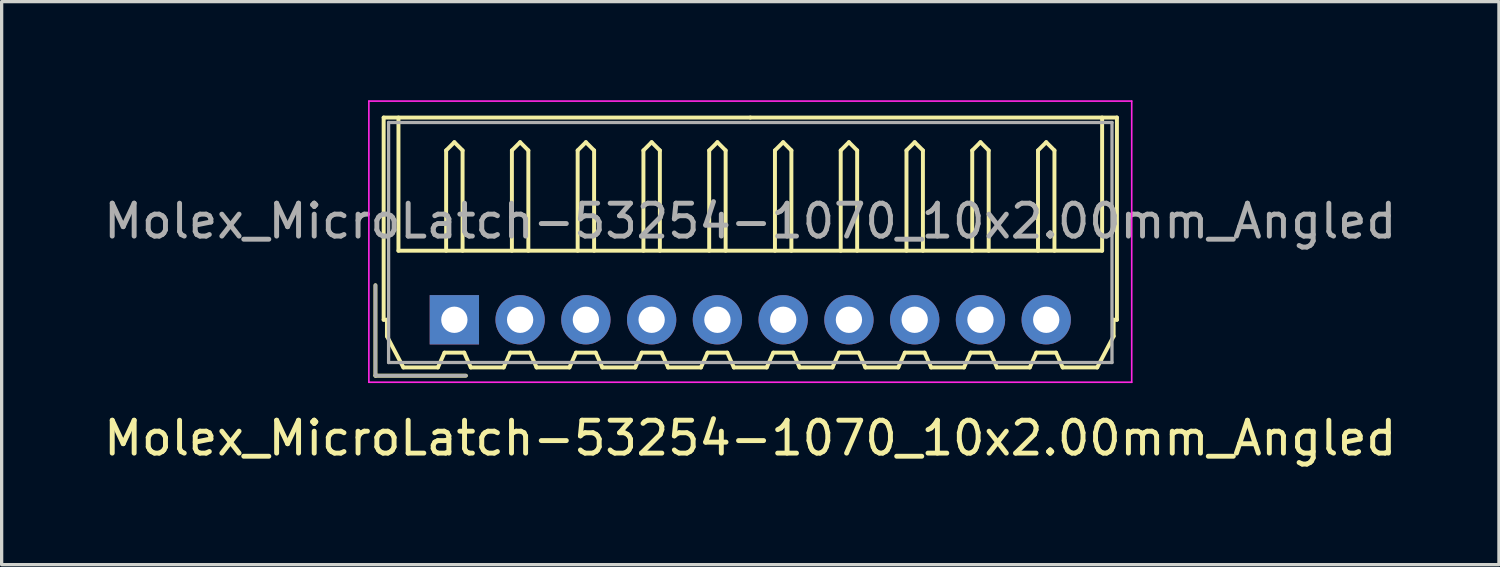
<source format=kicad_pcb>
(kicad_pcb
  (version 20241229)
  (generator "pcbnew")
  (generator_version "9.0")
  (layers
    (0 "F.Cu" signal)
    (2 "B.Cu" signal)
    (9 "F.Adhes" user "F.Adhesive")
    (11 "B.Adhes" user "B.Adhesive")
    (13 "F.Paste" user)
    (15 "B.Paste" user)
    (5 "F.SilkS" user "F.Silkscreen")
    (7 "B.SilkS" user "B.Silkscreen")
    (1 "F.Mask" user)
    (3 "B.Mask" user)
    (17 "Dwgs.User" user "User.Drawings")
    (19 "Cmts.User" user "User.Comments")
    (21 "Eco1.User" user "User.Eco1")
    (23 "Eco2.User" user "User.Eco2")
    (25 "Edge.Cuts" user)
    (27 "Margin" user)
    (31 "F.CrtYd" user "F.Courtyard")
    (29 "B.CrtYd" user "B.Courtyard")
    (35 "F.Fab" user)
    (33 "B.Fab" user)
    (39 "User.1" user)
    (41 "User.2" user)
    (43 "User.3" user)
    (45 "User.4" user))
  (footprint "Molex_MicroLatch-53254-1070_10x2.00mm_Angled"
    (layer "F.Cu")
    (at 10.768 6.675)
    (property "Reference" "Molex_MicroLatch-53254-1070_10x2.00mm_Angled" (at 9 3.6 0) (layer "F.SilkS") (effects (font (size 1 1) (thickness 0.15))))
    (attr through_hole)
    (fp_line (start -2.4 1.7) (end -2.4 -1.05) (stroke (width 0.12) (type solid)) (layer "F.SilkS"))
    (fp_line (start -2.15 -6.15) (end 9 -6.15) (stroke (width 0.12) (type solid)) (layer "F.SilkS"))
    (fp_line (start -2.15 0) (end -2.15 -6.15) (stroke (width 0.12) (type solid)) (layer "F.SilkS"))
    (fp_line (start -2.05 0) (end -2.15 0) (stroke (width 0.12) (type solid)) (layer "F.SilkS"))
    (fp_line (start -2.05 0.5) (end -2.05 0) (stroke (width 0.12) (type solid)) (layer "F.SilkS"))
    (fp_line (start -1.7 -6.15) (end -1.7 -2.1) (stroke (width 0.12) (type solid)) (layer "F.SilkS"))
    (fp_line (start -1.7 -2.1) (end 19.7 -2.1) (stroke (width 0.12) (type solid)) (layer "F.SilkS"))
    (fp_line (start -1.55 1.45) (end -2.05 0.5) (stroke (width 0.12) (type solid)) (layer "F.SilkS"))
    (fp_line (start -0.5 1.45) (end -1.55 1.45) (stroke (width 0.12) (type solid)) (layer "F.SilkS"))
    (fp_line (start -0.3 1) (end -0.5 1.45) (stroke (width 0.12) (type solid)) (layer "F.SilkS"))
    (fp_line (start -0.3 1) (end 0.3 1) (stroke (width 0.12) (type solid)) (layer "F.SilkS"))
    (fp_line (start -0.25 -5.15) (end 0 -5.4) (stroke (width 0.12) (type solid)) (layer "F.SilkS"))
    (fp_line (start -0.25 -2.1) (end -0.25 -5.15) (stroke (width 0.12) (type solid)) (layer "F.SilkS"))
    (fp_line (start 0 -5.4) (end 0.25 -5.15) (stroke (width 0.12) (type solid)) (layer "F.SilkS"))
    (fp_line (start 0.25 -5.15) (end 0.25 -2.1) (stroke (width 0.12) (type solid)) (layer "F.SilkS"))
    (fp_line (start 0.3 1) (end 0.5 1.45) (stroke (width 0.12) (type solid)) (layer "F.SilkS"))
    (fp_line (start 0.35 1.7) (end -2.4 1.7) (stroke (width 0.12) (type solid)) (layer "F.SilkS"))
    (fp_line (start 0.5 1.45) (end 1.5 1.45) (stroke (width 0.12) (type solid)) (layer "F.SilkS"))
    (fp_line (start 1.5 1.45) (end 1.7 1) (stroke (width 0.12) (type solid)) (layer "F.SilkS"))
    (fp_line (start 1.7 1) (end 2.3 1) (stroke (width 0.12) (type solid)) (layer "F.SilkS"))
    (fp_line (start 1.75 -5.15) (end 2 -5.4) (stroke (width 0.12) (type solid)) (layer "F.SilkS"))
    (fp_line (start 1.75 -2.1) (end 1.75 -5.15) (stroke (width 0.12) (type solid)) (layer "F.SilkS"))
    (fp_line (start 2 -5.4) (end 2.25 -5.15) (stroke (width 0.12) (type solid)) (layer "F.SilkS"))
    (fp_line (start 2.25 -5.15) (end 2.25 -2.1) (stroke (width 0.12) (type solid)) (layer "F.SilkS"))
    (fp_line (start 2.3 1) (end 2.5 1.45) (stroke (width 0.12) (type solid)) (layer "F.SilkS"))
    (fp_line (start 2.5 1.45) (end 3.5 1.45) (stroke (width 0.12) (type solid)) (layer "F.SilkS"))
    (fp_line (start 3.5 1.45) (end 3.7 1) (stroke (width 0.12) (type solid)) (layer "F.SilkS"))
    (fp_line (start 3.7 1) (end 4.3 1) (stroke (width 0.12) (type solid)) (layer "F.SilkS"))
    (fp_line (start 3.75 -5.15) (end 4 -5.4) (stroke (width 0.12) (type solid)) (layer "F.SilkS"))
    (fp_line (start 3.75 -2.1) (end 3.75 -5.15) (stroke (width 0.12) (type solid)) (layer "F.SilkS"))
    (fp_line (start 4 -5.4) (end 4.25 -5.15) (stroke (width 0.12) (type solid)) (layer "F.SilkS"))
    (fp_line (start 4.25 -5.15) (end 4.25 -2.1) (stroke (width 0.12) (type solid)) (layer "F.SilkS"))
    (fp_line (start 4.3 1) (end 4.5 1.45) (stroke (width 0.12) (type solid)) (layer "F.SilkS"))
    (fp_line (start 4.5 1.45) (end 5.5 1.45) (stroke (width 0.12) (type solid)) (layer "F.SilkS"))
    (fp_line (start 5.5 1.45) (end 5.7 1) (stroke (width 0.12) (type solid)) (layer "F.SilkS"))
    (fp_line (start 5.7 1) (end 6.3 1) (stroke (width 0.12) (type solid)) (layer "F.SilkS"))
    (fp_line (start 5.75 -5.15) (end 6 -5.4) (stroke (width 0.12) (type solid)) (layer "F.SilkS"))
    (fp_line (start 5.75 -2.1) (end 5.75 -5.15) (stroke (width 0.12) (type solid)) (layer "F.SilkS"))
    (fp_line (start 6 -5.4) (end 6.25 -5.15) (stroke (width 0.12) (type solid)) (layer "F.SilkS"))
    (fp_line (start 6.25 -5.15) (end 6.25 -2.1) (stroke (width 0.12) (type solid)) (layer "F.SilkS"))
    (fp_line (start 6.3 1) (end 6.5 1.45) (stroke (width 0.12) (type solid)) (layer "F.SilkS"))
    (fp_line (start 6.5 1.45) (end 7.5 1.45) (stroke (width 0.12) (type solid)) (layer "F.SilkS"))
    (fp_line (start 7.5 1.45) (end 7.7 1) (stroke (width 0.12) (type solid)) (layer "F.SilkS"))
    (fp_line (start 7.7 1) (end 8.3 1) (stroke (width 0.12) (type solid)) (layer "F.SilkS"))
    (fp_line (start 7.75 -5.15) (end 8 -5.4) (stroke (width 0.12) (type solid)) (layer "F.SilkS"))
    (fp_line (start 7.75 -2.1) (end 7.75 -5.15) (stroke (width 0.12) (type solid)) (layer "F.SilkS"))
    (fp_line (start 8 -5.4) (end 8.25 -5.15) (stroke (width 0.12) (type solid)) (layer "F.SilkS"))
    (fp_line (start 8.25 -5.15) (end 8.25 -2.1) (stroke (width 0.12) (type solid)) (layer "F.SilkS"))
    (fp_line (start 8.3 1) (end 8.5 1.45) (stroke (width 0.12) (type solid)) (layer "F.SilkS"))
    (fp_line (start 8.5 1.45) (end 9.5 1.45) (stroke (width 0.12) (type solid)) (layer "F.SilkS"))
    (fp_line (start 9.5 1.45) (end 9.7 1) (stroke (width 0.12) (type solid)) (layer "F.SilkS"))
    (fp_line (start 9.7 1) (end 10.3 1) (stroke (width 0.12) (type solid)) (layer "F.SilkS"))
    (fp_line (start 9.75 -5.15) (end 10 -5.4) (stroke (width 0.12) (type solid)) (layer "F.SilkS"))
    (fp_line (start 9.75 -2.1) (end 9.75 -5.15) (stroke (width 0.12) (type solid)) (layer "F.SilkS"))
    (fp_line (start 10 -5.4) (end 10.25 -5.15) (stroke (width 0.12) (type solid)) (layer "F.SilkS"))
    (fp_line (start 10.25 -5.15) (end 10.25 -2.1) (stroke (width 0.12) (type solid)) (layer "F.SilkS"))
    (fp_line (start 10.3 1) (end 10.5 1.45) (stroke (width 0.12) (type solid)) (layer "F.SilkS"))
    (fp_line (start 10.5 1.45) (end 11.5 1.45) (stroke (width 0.12) (type solid)) (layer "F.SilkS"))
    (fp_line (start 11.5 1.45) (end 11.7 1) (stroke (width 0.12) (type solid)) (layer "F.SilkS"))
    (fp_line (start 11.7 1) (end 12.3 1) (stroke (width 0.12) (type solid)) (layer "F.SilkS"))
    (fp_line (start 11.75 -5.15) (end 12 -5.4) (stroke (width 0.12) (type solid)) (layer "F.SilkS"))
    (fp_line (start 11.75 -2.1) (end 11.75 -5.15) (stroke (width 0.12) (type solid)) (layer "F.SilkS"))
    (fp_line (start 12 -5.4) (end 12.25 -5.15) (stroke (width 0.12) (type solid)) (layer "F.SilkS"))
    (fp_line (start 12.25 -5.15) (end 12.25 -2.1) (stroke (width 0.12) (type solid)) (layer "F.SilkS"))
    (fp_line (start 12.3 1) (end 12.5 1.45) (stroke (width 0.12) (type solid)) (layer "F.SilkS"))
    (fp_line (start 12.5 1.45) (end 13.5 1.45) (stroke (width 0.12) (type solid)) (layer "F.SilkS"))
    (fp_line (start 13.5 1.45) (end 13.7 1) (stroke (width 0.12) (type solid)) (layer "F.SilkS"))
    (fp_line (start 13.7 1) (end 14.3 1) (stroke (width 0.12) (type solid)) (layer "F.SilkS"))
    (fp_line (start 13.75 -5.15) (end 14 -5.4) (stroke (width 0.12) (type solid)) (layer "F.SilkS"))
    (fp_line (start 13.75 -2.1) (end 13.75 -5.15) (stroke (width 0.12) (type solid)) (layer "F.SilkS"))
    (fp_line (start 14 -5.4) (end 14.25 -5.15) (stroke (width 0.12) (type solid)) (layer "F.SilkS"))
    (fp_line (start 14.25 -5.15) (end 14.25 -2.1) (stroke (width 0.12) (type solid)) (layer "F.SilkS"))
    (fp_line (start 14.3 1) (end 14.5 1.45) (stroke (width 0.12) (type solid)) (layer "F.SilkS"))
    (fp_line (start 14.5 1.45) (end 15.5 1.45) (stroke (width 0.12) (type solid)) (layer "F.SilkS"))
    (fp_line (start 15.5 1.45) (end 15.7 1) (stroke (width 0.12) (type solid)) (layer "F.SilkS"))
    (fp_line (start 15.7 1) (end 16.3 1) (stroke (width 0.12) (type solid)) (layer "F.SilkS"))
    (fp_line (start 15.75 -5.15) (end 16 -5.4) (stroke (width 0.12) (type solid)) (layer "F.SilkS"))
    (fp_line (start 15.75 -2.1) (end 15.75 -5.15) (stroke (width 0.12) (type solid)) (layer "F.SilkS"))
    (fp_line (start 16 -5.4) (end 16.25 -5.15) (stroke (width 0.12) (type solid)) (layer "F.SilkS"))
    (fp_line (start 16.25 -5.15) (end 16.25 -2.1) (stroke (width 0.12) (type solid)) (layer "F.SilkS"))
    (fp_line (start 16.3 1) (end 16.5 1.45) (stroke (width 0.12) (type solid)) (layer "F.SilkS"))
    (fp_line (start 16.5 1.45) (end 17.5 1.45) (stroke (width 0.12) (type solid)) (layer "F.SilkS"))
    (fp_line (start 17.5 1.45) (end 17.7 1) (stroke (width 0.12) (type solid)) (layer "F.SilkS"))
    (fp_line (start 17.7 1) (end 18.3 1) (stroke (width 0.12) (type solid)) (layer "F.SilkS"))
    (fp_line (start 17.75 -5.15) (end 18 -5.4) (stroke (width 0.12) (type solid)) (layer "F.SilkS"))
    (fp_line (start 17.75 -2.1) (end 17.75 -5.15) (stroke (width 0.12) (type solid)) (layer "F.SilkS"))
    (fp_line (start 18 -5.4) (end 18.25 -5.15) (stroke (width 0.12) (type solid)) (layer "F.SilkS"))
    (fp_line (start 18.25 -5.15) (end 18.25 -2.1) (stroke (width 0.12) (type solid)) (layer "F.SilkS"))
    (fp_line (start 18.3 1) (end 18.5 1.45) (stroke (width 0.12) (type solid)) (layer "F.SilkS"))
    (fp_line (start 18.5 1.45) (end 19.55 1.45) (stroke (width 0.12) (type solid)) (layer "F.SilkS"))
    (fp_line (start 19.55 1.45) (end 20.05 0.5) (stroke (width 0.12) (type solid)) (layer "F.SilkS"))
    (fp_line (start 19.7 -2.1) (end 19.7 -6.15) (stroke (width 0.12) (type solid)) (layer "F.SilkS"))
    (fp_line (start 20.05 0) (end 20.15 0) (stroke (width 0.12) (type solid)) (layer "F.SilkS"))
    (fp_line (start 20.05 0.5) (end 20.05 0) (stroke (width 0.12) (type solid)) (layer "F.SilkS"))
    (fp_line (start 20.15 -6.15) (end 9 -6.15) (stroke (width 0.12) (type solid)) (layer "F.SilkS"))
    (fp_line (start 20.15 0) (end 20.15 -6.15) (stroke (width 0.12) (type solid)) (layer "F.SilkS"))
    (fp_line (start -2.6 -6.65) (end -2.6 1.9) (stroke (width 0.05) (type solid)) (layer "F.CrtYd"))
    (fp_line (start -2.6 1.9) (end 20.6 1.9) (stroke (width 0.05) (type solid)) (layer "F.CrtYd"))
    (fp_line (start 20.6 -6.65) (end -2.6 -6.65) (stroke (width 0.05) (type solid)) (layer "F.CrtYd"))
    (fp_line (start 20.6 1.9) (end 20.6 -6.65) (stroke (width 0.05) (type solid)) (layer "F.CrtYd"))
    (fp_line (start -2.4 1.7) (end -2.4 -1.05) (stroke (width 0.1) (type solid)) (layer "F.Fab"))
    (fp_line (start -2 -6) (end -2 1.3) (stroke (width 0.1) (type solid)) (layer "F.Fab"))
    (fp_line (start -2 1.3) (end 20 1.3) (stroke (width 0.1) (type solid)) (layer "F.Fab"))
    (fp_line (start 0.35 1.7) (end -2.4 1.7) (stroke (width 0.1) (type solid)) (layer "F.Fab"))
    (fp_line (start 20 -6) (end -2 -6) (stroke (width 0.1) (type solid)) (layer "F.Fab"))
    (fp_line (start 20 1.3) (end 20 -6) (stroke (width 0.1) (type solid)) (layer "F.Fab"))
    (fp_text user "${REFERENCE}" (at 9 -3 0) (layer "F.Fab") (effects (font (size 1 1) (thickness 0.15))))
    (pad "1" thru_hole rect (at 0 0) (size 1.5 1.5) (drill 0.8) (layers "*.Cu" "*.Mask"))
    (pad "2" thru_hole circle (at 2 0) (size 1.5 1.5) (drill 0.8) (layers "*.Cu" "*.Mask"))
    (pad "3" thru_hole circle (at 4 0) (size 1.5 1.5) (drill 0.8) (layers "*.Cu" "*.Mask"))
    (pad "4" thru_hole circle (at 6 0) (size 1.5 1.5) (drill 0.8) (layers "*.Cu" "*.Mask"))
    (pad "5" thru_hole circle (at 8 0) (size 1.5 1.5) (drill 0.8) (layers "*.Cu" "*.Mask"))
    (pad "6" thru_hole circle (at 10 0) (size 1.5 1.5) (drill 0.8) (layers "*.Cu" "*.Mask"))
    (pad "7" thru_hole circle (at 12 0) (size 1.5 1.5) (drill 0.8) (layers "*.Cu" "*.Mask"))
    (pad "8" thru_hole circle (at 14 0) (size 1.5 1.5) (drill 0.8) (layers "*.Cu" "*.Mask"))
    (pad "9" thru_hole circle (at 16 0) (size 1.5 1.5) (drill 0.8) (layers "*.Cu" "*.Mask"))
    (pad "10" thru_hole circle (at 18 0) (size 1.5 1.5) (drill 0.8) (layers "*.Cu" "*.Mask")))
  (gr_rect
    (start -3 -3)
    (end 42.536 14.123)
    (stroke (width 0.1) (type default))
    (fill no)
    (layer "Edge.Cuts")))
</source>
